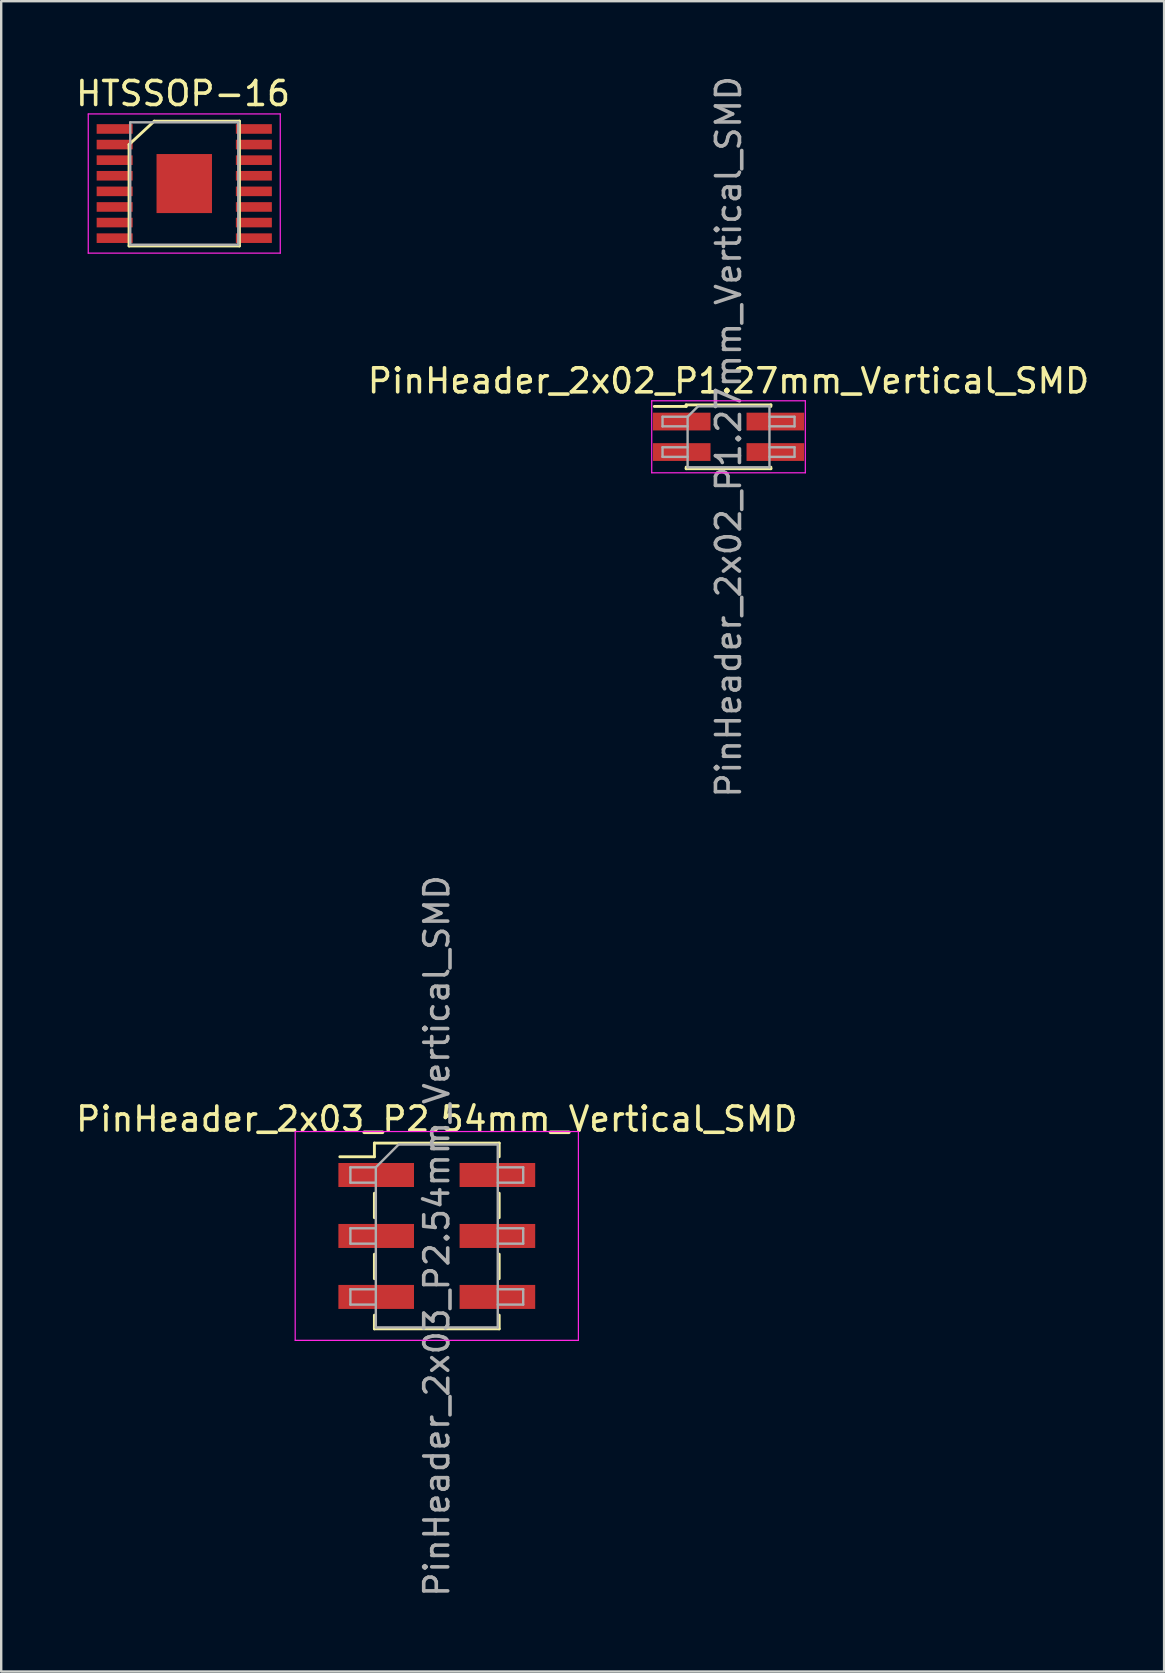
<source format=kicad_pcb>
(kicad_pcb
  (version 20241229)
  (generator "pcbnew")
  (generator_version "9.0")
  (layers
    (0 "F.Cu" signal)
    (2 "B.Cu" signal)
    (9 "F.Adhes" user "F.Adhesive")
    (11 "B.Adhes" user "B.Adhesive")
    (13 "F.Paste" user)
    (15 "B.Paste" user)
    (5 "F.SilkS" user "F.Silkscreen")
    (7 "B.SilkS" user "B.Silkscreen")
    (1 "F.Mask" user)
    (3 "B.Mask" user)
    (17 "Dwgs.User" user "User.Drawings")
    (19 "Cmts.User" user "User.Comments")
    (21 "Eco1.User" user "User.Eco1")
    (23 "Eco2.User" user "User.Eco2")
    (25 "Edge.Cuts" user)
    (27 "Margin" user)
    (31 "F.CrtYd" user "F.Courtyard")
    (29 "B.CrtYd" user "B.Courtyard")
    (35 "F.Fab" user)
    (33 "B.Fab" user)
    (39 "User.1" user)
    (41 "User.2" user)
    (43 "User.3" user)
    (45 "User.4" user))
  (footprint "HTSSOP-16"
    (layer "F.Cu")
    (at 4.627 4.598)
    (property "Reference" "HTSSOP-16" (at -0.05 -3.75 0) (layer "F.SilkS") (effects (font (size 1 1) (thickness 0.15))))
    (attr smd)
    (fp_line (start -2.3 -1.625) (end -1.25 -2.6) (stroke (width 0.12) (type solid)) (layer "F.SilkS"))
    (fp_line (start -2.3 2.6) (end -2.3 -1.625) (stroke (width 0.12) (type solid)) (layer "F.SilkS"))
    (fp_line (start -1.25 -2.6) (end 2.3 -2.6) (stroke (width 0.12) (type solid)) (layer "F.SilkS"))
    (fp_line (start 2.3 -2.6) (end 2.3 2.6) (stroke (width 0.12) (type solid)) (layer "F.SilkS"))
    (fp_line (start 2.3 2.6) (end -2.3 2.6) (stroke (width 0.12) (type solid)) (layer "F.SilkS"))
    (fp_line (start -4 -2.9) (end 4 -2.9) (stroke (width 0.05) (type solid)) (layer "F.CrtYd"))
    (fp_line (start -4 2.9) (end -4 -2.9) (stroke (width 0.05) (type solid)) (layer "F.CrtYd"))
    (fp_line (start 4 -2.9) (end 4 2.9) (stroke (width 0.05) (type solid)) (layer "F.CrtYd"))
    (fp_line (start 4 2.9) (end -4 2.9) (stroke (width 0.05) (type solid)) (layer "F.CrtYd"))
    (fp_line (start -2.25 -2.55) (end 2.25 -2.55) (stroke (width 0.1) (type solid)) (layer "F.Fab"))
    (fp_line (start -2.25 2.55) (end -2.25 -2.55) (stroke (width 0.1) (type solid)) (layer "F.Fab"))
    (fp_line (start -2.25 2.55) (end 2.25 2.55) (stroke (width 0.1) (type solid)) (layer "F.Fab"))
    (fp_line (start 2.25 2.55) (end 2.25 -2.55) (stroke (width 0.1) (type solid)) (layer "F.Fab"))
    (pad "1" smd rect (at -2.9 -2.275 270) (size 0.4 1.5) (layers "F.Cu" "F.Mask" "F.Paste"))
    (pad "2" smd rect (at -2.9 -1.625 270) (size 0.4 1.5) (layers "F.Cu" "F.Mask" "F.Paste"))
    (pad "3" smd rect (at -2.9 -0.975 270) (size 0.4 1.5) (layers "F.Cu" "F.Mask" "F.Paste"))
    (pad "4" smd rect (at -2.9 -0.325 270) (size 0.4 1.5) (layers "F.Cu" "F.Mask" "F.Paste"))
    (pad "5" smd rect (at -2.9 0.325 270) (size 0.4 1.5) (layers "F.Cu" "F.Mask" "F.Paste"))
    (pad "6" smd rect (at -2.9 0.975 270) (size 0.4 1.5) (layers "F.Cu" "F.Mask" "F.Paste"))
    (pad "7" smd rect (at -2.9 1.625 270) (size 0.4 1.5) (layers "F.Cu" "F.Mask" "F.Paste"))
    (pad "8" smd rect (at -2.9 2.275 270) (size 0.4 1.5) (layers "F.Cu" "F.Mask" "F.Paste"))
    (pad "9" smd rect (at 2.9 2.275 270) (size 0.4 1.5) (layers "F.Cu" "F.Mask" "F.Paste"))
    (pad "10" smd rect (at 2.9 1.625 270) (size 0.4 1.5) (layers "F.Cu" "F.Mask" "F.Paste"))
    (pad "11" smd rect (at 2.9 0.975 270) (size 0.4 1.5) (layers "F.Cu" "F.Mask" "F.Paste"))
    (pad "12" smd rect (at 2.9 0.325 270) (size 0.4 1.5) (layers "F.Cu" "F.Mask" "F.Paste"))
    (pad "13" smd rect (at 2.9 -0.325 270) (size 0.4 1.5) (layers "F.Cu" "F.Mask" "F.Paste"))
    (pad "14" smd rect (at 2.9 -0.975 270) (size 0.4 1.5) (layers "F.Cu" "F.Mask" "F.Paste"))
    (pad "15" smd rect (at 2.9 -1.625 270) (size 0.4 1.5) (layers "F.Cu" "F.Mask" "F.Paste"))
    (pad "16" smd rect (at 2.9 -2.275 270) (size 0.4 1.5) (layers "F.Cu" "F.Mask" "F.Paste"))
    (pad "17" smd rect (at 0 0 270) (size 2.46 2.31) (layers "F.Cu" "F.Mask" "F.Paste")))
  (footprint "PinHeader_2x02_P1.27mm_Vertical_SMD"
    (layer "F.Cu")
    (at 27.304 15.149)
    (property "Reference" "PinHeader_2x02_P1.27mm_Vertical_SMD" (at 0 -2.33 0) (layer "F.SilkS") (effects (font (size 1 1) (thickness 0.15))))
    (attr smd)
    (fp_line (start -3.09 -1.265) (end -1.765 -1.265) (stroke (width 0.12) (type solid)) (layer "F.SilkS"))
    (fp_line (start -1.765 -1.33) (end -1.765 -1.265) (stroke (width 0.12) (type solid)) (layer "F.SilkS"))
    (fp_line (start -1.765 -1.33) (end 1.765 -1.33) (stroke (width 0.12) (type solid)) (layer "F.SilkS"))
    (fp_line (start -1.765 1.265) (end -1.765 1.33) (stroke (width 0.12) (type solid)) (layer "F.SilkS"))
    (fp_line (start -1.765 1.33) (end 1.765 1.33) (stroke (width 0.12) (type solid)) (layer "F.SilkS"))
    (fp_line (start 1.765 -1.33) (end 1.765 -1.265) (stroke (width 0.12) (type solid)) (layer "F.SilkS"))
    (fp_line (start 1.765 1.265) (end 1.765 1.33) (stroke (width 0.12) (type solid)) (layer "F.SilkS"))
    (fp_line (start -3.2 -1.5) (end -3.2 1.5) (stroke (width 0.05) (type solid)) (layer "F.CrtYd"))
    (fp_line (start -3.2 1.5) (end 3.2 1.5) (stroke (width 0.05) (type solid)) (layer "F.CrtYd"))
    (fp_line (start 3.2 -1.5) (end -3.2 -1.5) (stroke (width 0.05) (type solid)) (layer "F.CrtYd"))
    (fp_line (start 3.2 1.5) (end 3.2 -1.5) (stroke (width 0.05) (type solid)) (layer "F.CrtYd"))
    (fp_line (start -2.75 -0.835) (end -2.75 -0.435) (stroke (width 0.1) (type solid)) (layer "F.Fab"))
    (fp_line (start -2.75 -0.435) (end -1.705 -0.435) (stroke (width 0.1) (type solid)) (layer "F.Fab"))
    (fp_line (start -2.75 0.435) (end -2.75 0.835) (stroke (width 0.1) (type solid)) (layer "F.Fab"))
    (fp_line (start -2.75 0.835) (end -1.705 0.835) (stroke (width 0.1) (type solid)) (layer "F.Fab"))
    (fp_line (start -1.705 -0.835) (end -2.75 -0.835) (stroke (width 0.1) (type solid)) (layer "F.Fab"))
    (fp_line (start -1.705 -0.835) (end -1.27 -1.27) (stroke (width 0.1) (type solid)) (layer "F.Fab"))
    (fp_line (start -1.705 0.435) (end -2.75 0.435) (stroke (width 0.1) (type solid)) (layer "F.Fab"))
    (fp_line (start -1.705 1.27) (end -1.705 -0.835) (stroke (width 0.1) (type solid)) (layer "F.Fab"))
    (fp_line (start -1.27 -1.27) (end 1.705 -1.27) (stroke (width 0.1) (type solid)) (layer "F.Fab"))
    (fp_line (start 1.705 -1.27) (end 1.705 1.27) (stroke (width 0.1) (type solid)) (layer "F.Fab"))
    (fp_line (start 1.705 -0.835) (end 2.75 -0.835) (stroke (width 0.1) (type solid)) (layer "F.Fab"))
    (fp_line (start 1.705 0.435) (end 2.75 0.435) (stroke (width 0.1) (type solid)) (layer "F.Fab"))
    (fp_line (start 1.705 1.27) (end -1.705 1.27) (stroke (width 0.1) (type solid)) (layer "F.Fab"))
    (fp_line (start 2.75 -0.835) (end 2.75 -0.435) (stroke (width 0.1) (type solid)) (layer "F.Fab"))
    (fp_line (start 2.75 -0.435) (end 1.705 -0.435) (stroke (width 0.1) (type solid)) (layer "F.Fab"))
    (fp_line (start 2.75 0.435) (end 2.75 0.835) (stroke (width 0.1) (type solid)) (layer "F.Fab"))
    (fp_line (start 2.75 0.835) (end 1.705 0.835) (stroke (width 0.1) (type solid)) (layer "F.Fab"))
    (fp_text user "${REFERENCE}" (at 0 0 90) (layer "F.Fab") (effects (font (size 1 1) (thickness 0.15))))
    (pad "1" smd rect (at -1.95 -0.635) (size 2.4 0.74) (layers "F.Cu" "F.Mask" "F.Paste"))
    (pad "2" smd rect (at 1.95 -0.635) (size 2.4 0.74) (layers "F.Cu" "F.Mask" "F.Paste"))
    (pad "3" smd rect (at -1.95 0.635) (size 2.4 0.74) (layers "F.Cu" "F.Mask" "F.Paste"))
    (pad "4" smd rect (at 1.95 0.635) (size 2.4 0.74) (layers "F.Cu" "F.Mask" "F.Paste")))
  (footprint "PinHeader_2x03_P2.54mm_Vertical_SMD"
    (layer "F.Cu")
    (at 15.149 48.446)
    (property "Reference" "PinHeader_2x03_P2.54mm_Vertical_SMD" (at 0 -4.87 0) (layer "F.SilkS") (effects (font (size 1 1) (thickness 0.15))))
    (attr smd)
    (fp_line (start -4.04 -3.3) (end -2.6 -3.3) (stroke (width 0.12) (type solid)) (layer "F.SilkS"))
    (fp_line (start -2.6 -3.87) (end -2.6 -3.3) (stroke (width 0.12) (type solid)) (layer "F.SilkS"))
    (fp_line (start -2.6 -3.87) (end 2.6 -3.87) (stroke (width 0.12) (type solid)) (layer "F.SilkS"))
    (fp_line (start -2.6 -1.78) (end -2.6 -0.76) (stroke (width 0.12) (type solid)) (layer "F.SilkS"))
    (fp_line (start -2.6 0.76) (end -2.6 1.78) (stroke (width 0.12) (type solid)) (layer "F.SilkS"))
    (fp_line (start -2.6 3.3) (end -2.6 3.87) (stroke (width 0.12) (type solid)) (layer "F.SilkS"))
    (fp_line (start -2.6 3.87) (end 2.6 3.87) (stroke (width 0.12) (type solid)) (layer "F.SilkS"))
    (fp_line (start 2.6 -3.87) (end 2.6 -3.3) (stroke (width 0.12) (type solid)) (layer "F.SilkS"))
    (fp_line (start 2.6 -1.78) (end 2.6 -0.76) (stroke (width 0.12) (type solid)) (layer "F.SilkS"))
    (fp_line (start 2.6 0.76) (end 2.6 1.78) (stroke (width 0.12) (type solid)) (layer "F.SilkS"))
    (fp_line (start 2.6 3.3) (end 2.6 3.87) (stroke (width 0.12) (type solid)) (layer "F.SilkS"))
    (fp_line (start -5.9 -4.35) (end -5.9 4.35) (stroke (width 0.05) (type solid)) (layer "F.CrtYd"))
    (fp_line (start -5.9 4.35) (end 5.9 4.35) (stroke (width 0.05) (type solid)) (layer "F.CrtYd"))
    (fp_line (start 5.9 -4.35) (end -5.9 -4.35) (stroke (width 0.05) (type solid)) (layer "F.CrtYd"))
    (fp_line (start 5.9 4.35) (end 5.9 -4.35) (stroke (width 0.05) (type solid)) (layer "F.CrtYd"))
    (fp_line (start -3.6 -2.86) (end -3.6 -2.22) (stroke (width 0.1) (type solid)) (layer "F.Fab"))
    (fp_line (start -3.6 -2.22) (end -2.54 -2.22) (stroke (width 0.1) (type solid)) (layer "F.Fab"))
    (fp_line (start -3.6 -0.32) (end -3.6 0.32) (stroke (width 0.1) (type solid)) (layer "F.Fab"))
    (fp_line (start -3.6 0.32) (end -2.54 0.32) (stroke (width 0.1) (type solid)) (layer "F.Fab"))
    (fp_line (start -3.6 2.22) (end -3.6 2.86) (stroke (width 0.1) (type solid)) (layer "F.Fab"))
    (fp_line (start -3.6 2.86) (end -2.54 2.86) (stroke (width 0.1) (type solid)) (layer "F.Fab"))
    (fp_line (start -2.54 -2.86) (end -3.6 -2.86) (stroke (width 0.1) (type solid)) (layer "F.Fab"))
    (fp_line (start -2.54 -2.86) (end -1.59 -3.81) (stroke (width 0.1) (type solid)) (layer "F.Fab"))
    (fp_line (start -2.54 -0.32) (end -3.6 -0.32) (stroke (width 0.1) (type solid)) (layer "F.Fab"))
    (fp_line (start -2.54 2.22) (end -3.6 2.22) (stroke (width 0.1) (type solid)) (layer "F.Fab"))
    (fp_line (start -2.54 3.81) (end -2.54 -2.86) (stroke (width 0.1) (type solid)) (layer "F.Fab"))
    (fp_line (start -1.59 -3.81) (end 2.54 -3.81) (stroke (width 0.1) (type solid)) (layer "F.Fab"))
    (fp_line (start 2.54 -3.81) (end 2.54 3.81) (stroke (width 0.1) (type solid)) (layer "F.Fab"))
    (fp_line (start 2.54 -2.86) (end 3.6 -2.86) (stroke (width 0.1) (type solid)) (layer "F.Fab"))
    (fp_line (start 2.54 -0.32) (end 3.6 -0.32) (stroke (width 0.1) (type solid)) (layer "F.Fab"))
    (fp_line (start 2.54 2.22) (end 3.6 2.22) (stroke (width 0.1) (type solid)) (layer "F.Fab"))
    (fp_line (start 2.54 3.81) (end -2.54 3.81) (stroke (width 0.1) (type solid)) (layer "F.Fab"))
    (fp_line (start 3.6 -2.86) (end 3.6 -2.22) (stroke (width 0.1) (type solid)) (layer "F.Fab"))
    (fp_line (start 3.6 -2.22) (end 2.54 -2.22) (stroke (width 0.1) (type solid)) (layer "F.Fab"))
    (fp_line (start 3.6 -0.32) (end 3.6 0.32) (stroke (width 0.1) (type solid)) (layer "F.Fab"))
    (fp_line (start 3.6 0.32) (end 2.54 0.32) (stroke (width 0.1) (type solid)) (layer "F.Fab"))
    (fp_line (start 3.6 2.22) (end 3.6 2.86) (stroke (width 0.1) (type solid)) (layer "F.Fab"))
    (fp_line (start 3.6 2.86) (end 2.54 2.86) (stroke (width 0.1) (type solid)) (layer "F.Fab"))
    (fp_text user "${REFERENCE}" (at 0 0 90) (layer "F.Fab") (effects (font (size 1 1) (thickness 0.15))))
    (pad "1" smd rect (at -2.525 -2.54) (size 3.15 1) (layers "F.Cu" "F.Mask" "F.Paste"))
    (pad "2" smd rect (at 2.525 -2.54) (size 3.15 1) (layers "F.Cu" "F.Mask" "F.Paste"))
    (pad "3" smd rect (at -2.525 0) (size 3.15 1) (layers "F.Cu" "F.Mask" "F.Paste"))
    (pad "4" smd rect (at 2.525 0) (size 3.15 1) (layers "F.Cu" "F.Mask" "F.Paste"))
    (pad "5" smd rect (at -2.525 2.54) (size 3.15 1) (layers "F.Cu" "F.Mask" "F.Paste"))
    (pad "6" smd rect (at 2.525 2.54) (size 3.15 1) (layers "F.Cu" "F.Mask" "F.Paste")))
  (gr_rect
    (start -3 -3)
    (end 45.452 66.595)
    (stroke (width 0.1) (type default))
    (fill no)
    (layer "Edge.Cuts")))
</source>
